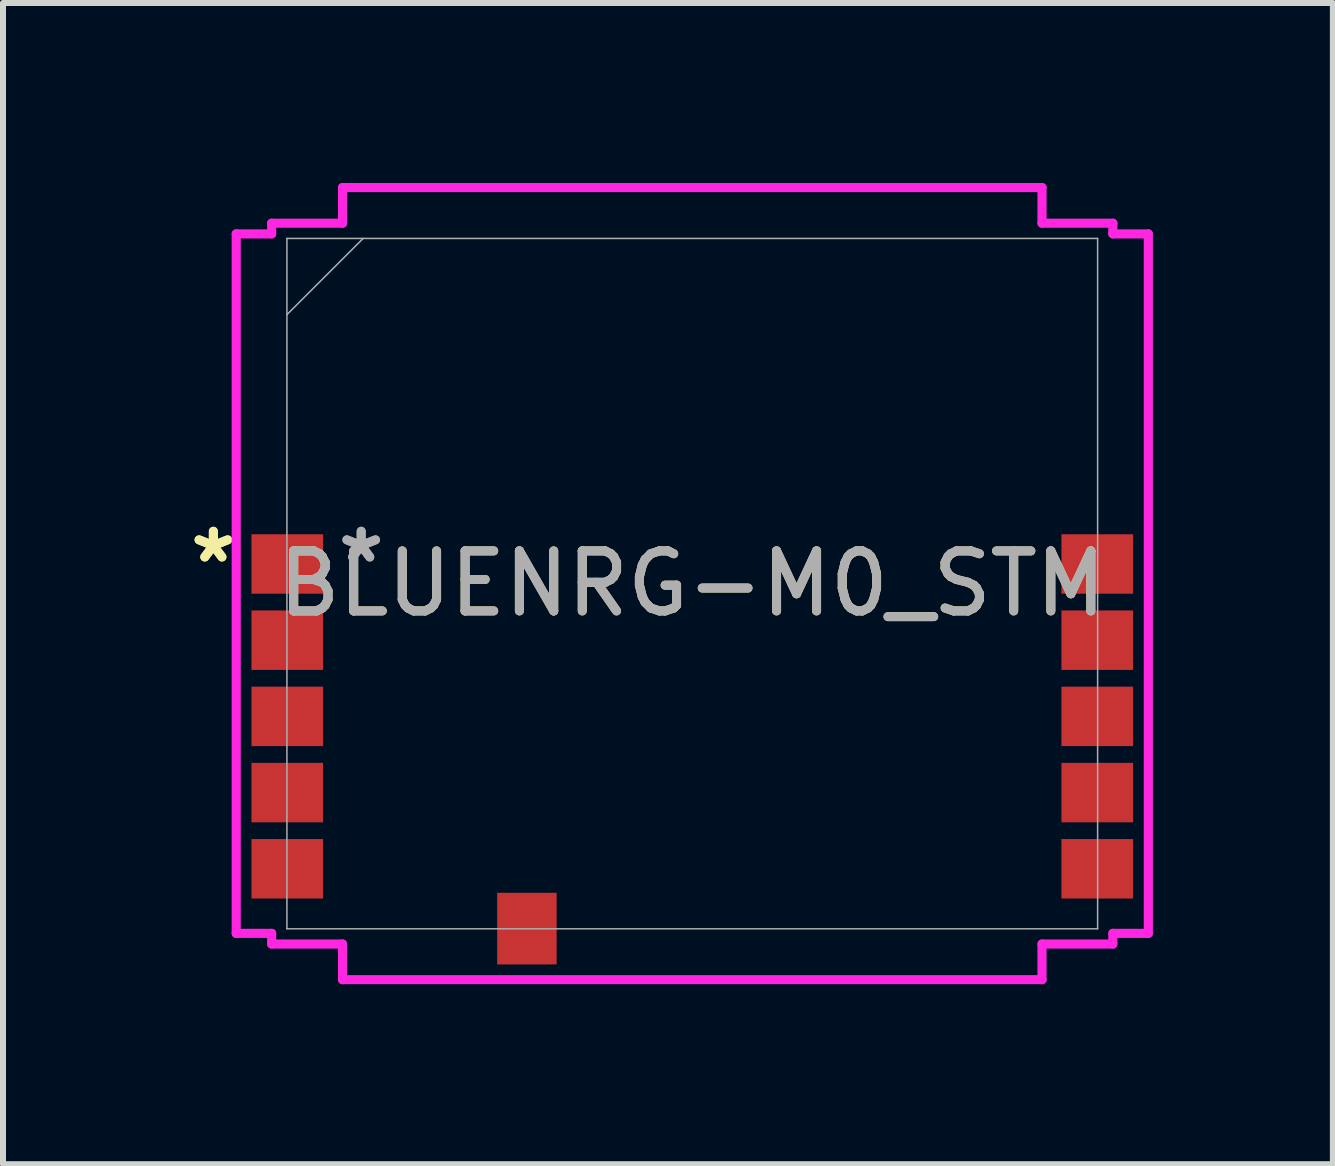
<source format=kicad_pcb>
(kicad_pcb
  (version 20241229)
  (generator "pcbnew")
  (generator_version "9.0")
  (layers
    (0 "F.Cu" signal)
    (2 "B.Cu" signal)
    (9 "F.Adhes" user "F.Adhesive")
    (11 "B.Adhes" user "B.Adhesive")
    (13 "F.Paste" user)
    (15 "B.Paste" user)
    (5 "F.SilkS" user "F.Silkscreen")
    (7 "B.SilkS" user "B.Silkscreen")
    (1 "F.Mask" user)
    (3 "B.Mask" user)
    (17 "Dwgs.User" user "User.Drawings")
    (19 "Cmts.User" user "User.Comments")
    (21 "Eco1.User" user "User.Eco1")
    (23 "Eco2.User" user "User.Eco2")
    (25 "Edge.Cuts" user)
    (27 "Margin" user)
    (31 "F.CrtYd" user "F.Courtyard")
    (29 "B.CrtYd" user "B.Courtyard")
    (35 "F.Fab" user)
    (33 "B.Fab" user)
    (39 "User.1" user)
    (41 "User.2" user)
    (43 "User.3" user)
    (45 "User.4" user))
  (footprint "BLUENRG-M0_STM"
    (layer "F.Cu")
    (at 8.488 6.677)
    (property "Reference" "BLUENRG-M0_STM" (at 0 0 0) (unlocked yes) (layer "F.SilkS") (effects (font (size 1 1) (thickness 0.15))))
    (attr smd)
    (fp_line (start -7.601 -5.829) (end -7.01 -5.829) (stroke (width 0.152) (type solid)) (layer "F.CrtYd"))
    (fp_line (start -7.601 5.829) (end -7.601 -5.829) (stroke (width 0.152) (type solid)) (layer "F.CrtYd"))
    (fp_line (start -7.01 -6.007) (end -5.829 -6.007) (stroke (width 0.152) (type solid)) (layer "F.CrtYd"))
    (fp_line (start -7.01 -5.829) (end -7.01 -6.007) (stroke (width 0.152) (type solid)) (layer "F.CrtYd"))
    (fp_line (start -7.01 5.829) (end -7.601 5.829) (stroke (width 0.152) (type solid)) (layer "F.CrtYd"))
    (fp_line (start -7.01 6.007) (end -7.01 5.829) (stroke (width 0.152) (type solid)) (layer "F.CrtYd"))
    (fp_line (start -5.829 -6.601) (end 5.829 -6.601) (stroke (width 0.152) (type solid)) (layer "F.CrtYd"))
    (fp_line (start -5.829 -6.007) (end -5.829 -6.601) (stroke (width 0.152) (type solid)) (layer "F.CrtYd"))
    (fp_line (start -5.829 6.007) (end -7.01 6.007) (stroke (width 0.152) (type solid)) (layer "F.CrtYd"))
    (fp_line (start -5.829 6.601) (end -5.829 6.007) (stroke (width 0.152) (type solid)) (layer "F.CrtYd"))
    (fp_line (start 5.829 -6.601) (end 5.829 -6.007) (stroke (width 0.152) (type solid)) (layer "F.CrtYd"))
    (fp_line (start 5.829 -6.007) (end 7.01 -6.007) (stroke (width 0.152) (type solid)) (layer "F.CrtYd"))
    (fp_line (start 5.829 6.007) (end 5.829 6.601) (stroke (width 0.152) (type solid)) (layer "F.CrtYd"))
    (fp_line (start 5.829 6.601) (end -5.829 6.601) (stroke (width 0.152) (type solid)) (layer "F.CrtYd"))
    (fp_line (start 7.01 -6.007) (end 7.01 -5.829) (stroke (width 0.152) (type solid)) (layer "F.CrtYd"))
    (fp_line (start 7.01 -5.829) (end 7.601 -5.829) (stroke (width 0.152) (type solid)) (layer "F.CrtYd"))
    (fp_line (start 7.01 5.829) (end 7.01 6.007) (stroke (width 0.152) (type solid)) (layer "F.CrtYd"))
    (fp_line (start 7.01 6.007) (end 5.829 6.007) (stroke (width 0.152) (type solid)) (layer "F.CrtYd"))
    (fp_line (start 7.601 -5.829) (end 7.601 5.829) (stroke (width 0.152) (type solid)) (layer "F.CrtYd"))
    (fp_line (start 7.601 5.829) (end 7.01 5.829) (stroke (width 0.152) (type solid)) (layer "F.CrtYd"))
    (fp_line (start -6.756 -5.753) (end -6.756 5.753) (stroke (width 0.025) (type solid)) (layer "F.Fab"))
    (fp_line (start -6.756 -4.483) (end -5.486 -5.753) (stroke (width 0.025) (type solid)) (layer "F.Fab"))
    (fp_line (start -6.756 5.753) (end 6.756 5.753) (stroke (width 0.025) (type solid)) (layer "F.Fab"))
    (fp_line (start 6.756 -5.753) (end -6.756 -5.753) (stroke (width 0.025) (type solid)) (layer "F.Fab"))
    (fp_line (start 6.756 5.753) (end 6.756 -5.753) (stroke (width 0.025) (type solid)) (layer "F.Fab"))
    (fp_text user "*" (at -7.982 -0.327 0) (layer "F.SilkS") (effects (font (size 1 1) (thickness 0.15))))
    (fp_text user "*" (at -7.982 -0.327 0) (unlocked yes) (layer "F.SilkS") (effects (font (size 1 1) (thickness 0.15))))
    (fp_text user "*" (at -5.518 -0.327 0) (layer "F.Fab") (effects (font (size 1 1) (thickness 0.15))))
    (fp_text user "*" (at -5.518 -0.327 0) (unlocked yes) (layer "F.Fab") (effects (font (size 1 1) (thickness 0.15))))
    (fp_text user "${REFERENCE}" (at 0 0 0) (unlocked yes) (layer "F.Fab") (effects (font (size 1 1) (thickness 0.15))))
    (pad "1" smd rect (at -6.75 -0.327) (size 1.194 0.991) (layers "F.Cu" "F.Mask" "F.Paste"))
    (pad "2" smd rect (at -6.75 0.943) (size 1.194 0.991) (layers "F.Cu" "F.Mask" "F.Paste"))
    (pad "3" smd rect (at -6.75 2.213) (size 1.194 0.991) (layers "F.Cu" "F.Mask" "F.Paste"))
    (pad "4" smd rect (at -6.75 3.483) (size 1.194 0.991) (layers "F.Cu" "F.Mask" "F.Paste"))
    (pad "5" smd rect (at -6.75 4.753) (size 1.194 0.991) (layers "F.Cu" "F.Mask" "F.Paste"))
    (pad "6" smd rect (at -2.756 5.75 90) (size 1.194 0.991) (layers "F.Cu" "F.Mask" "F.Paste"))
    (pad "7" smd rect (at 6.75 4.753) (size 1.194 0.991) (layers "F.Cu" "F.Mask" "F.Paste"))
    (pad "8" smd rect (at 6.75 3.483) (size 1.194 0.991) (layers "F.Cu" "F.Mask" "F.Paste"))
    (pad "9" smd rect (at 6.75 2.213) (size 1.194 0.991) (layers "F.Cu" "F.Mask" "F.Paste"))
    (pad "10" smd rect (at 6.75 0.943) (size 1.194 0.991) (layers "F.Cu" "F.Mask" "F.Paste"))
    (pad "11" smd rect (at 6.75 -0.327) (size 1.194 0.991) (layers "F.Cu" "F.Mask" "F.Paste")))
  (gr_rect
    (start -3 -3)
    (end 19.165 16.354)
    (stroke (width 0.1) (type default))
    (fill no)
    (layer "Edge.Cuts")))
</source>
